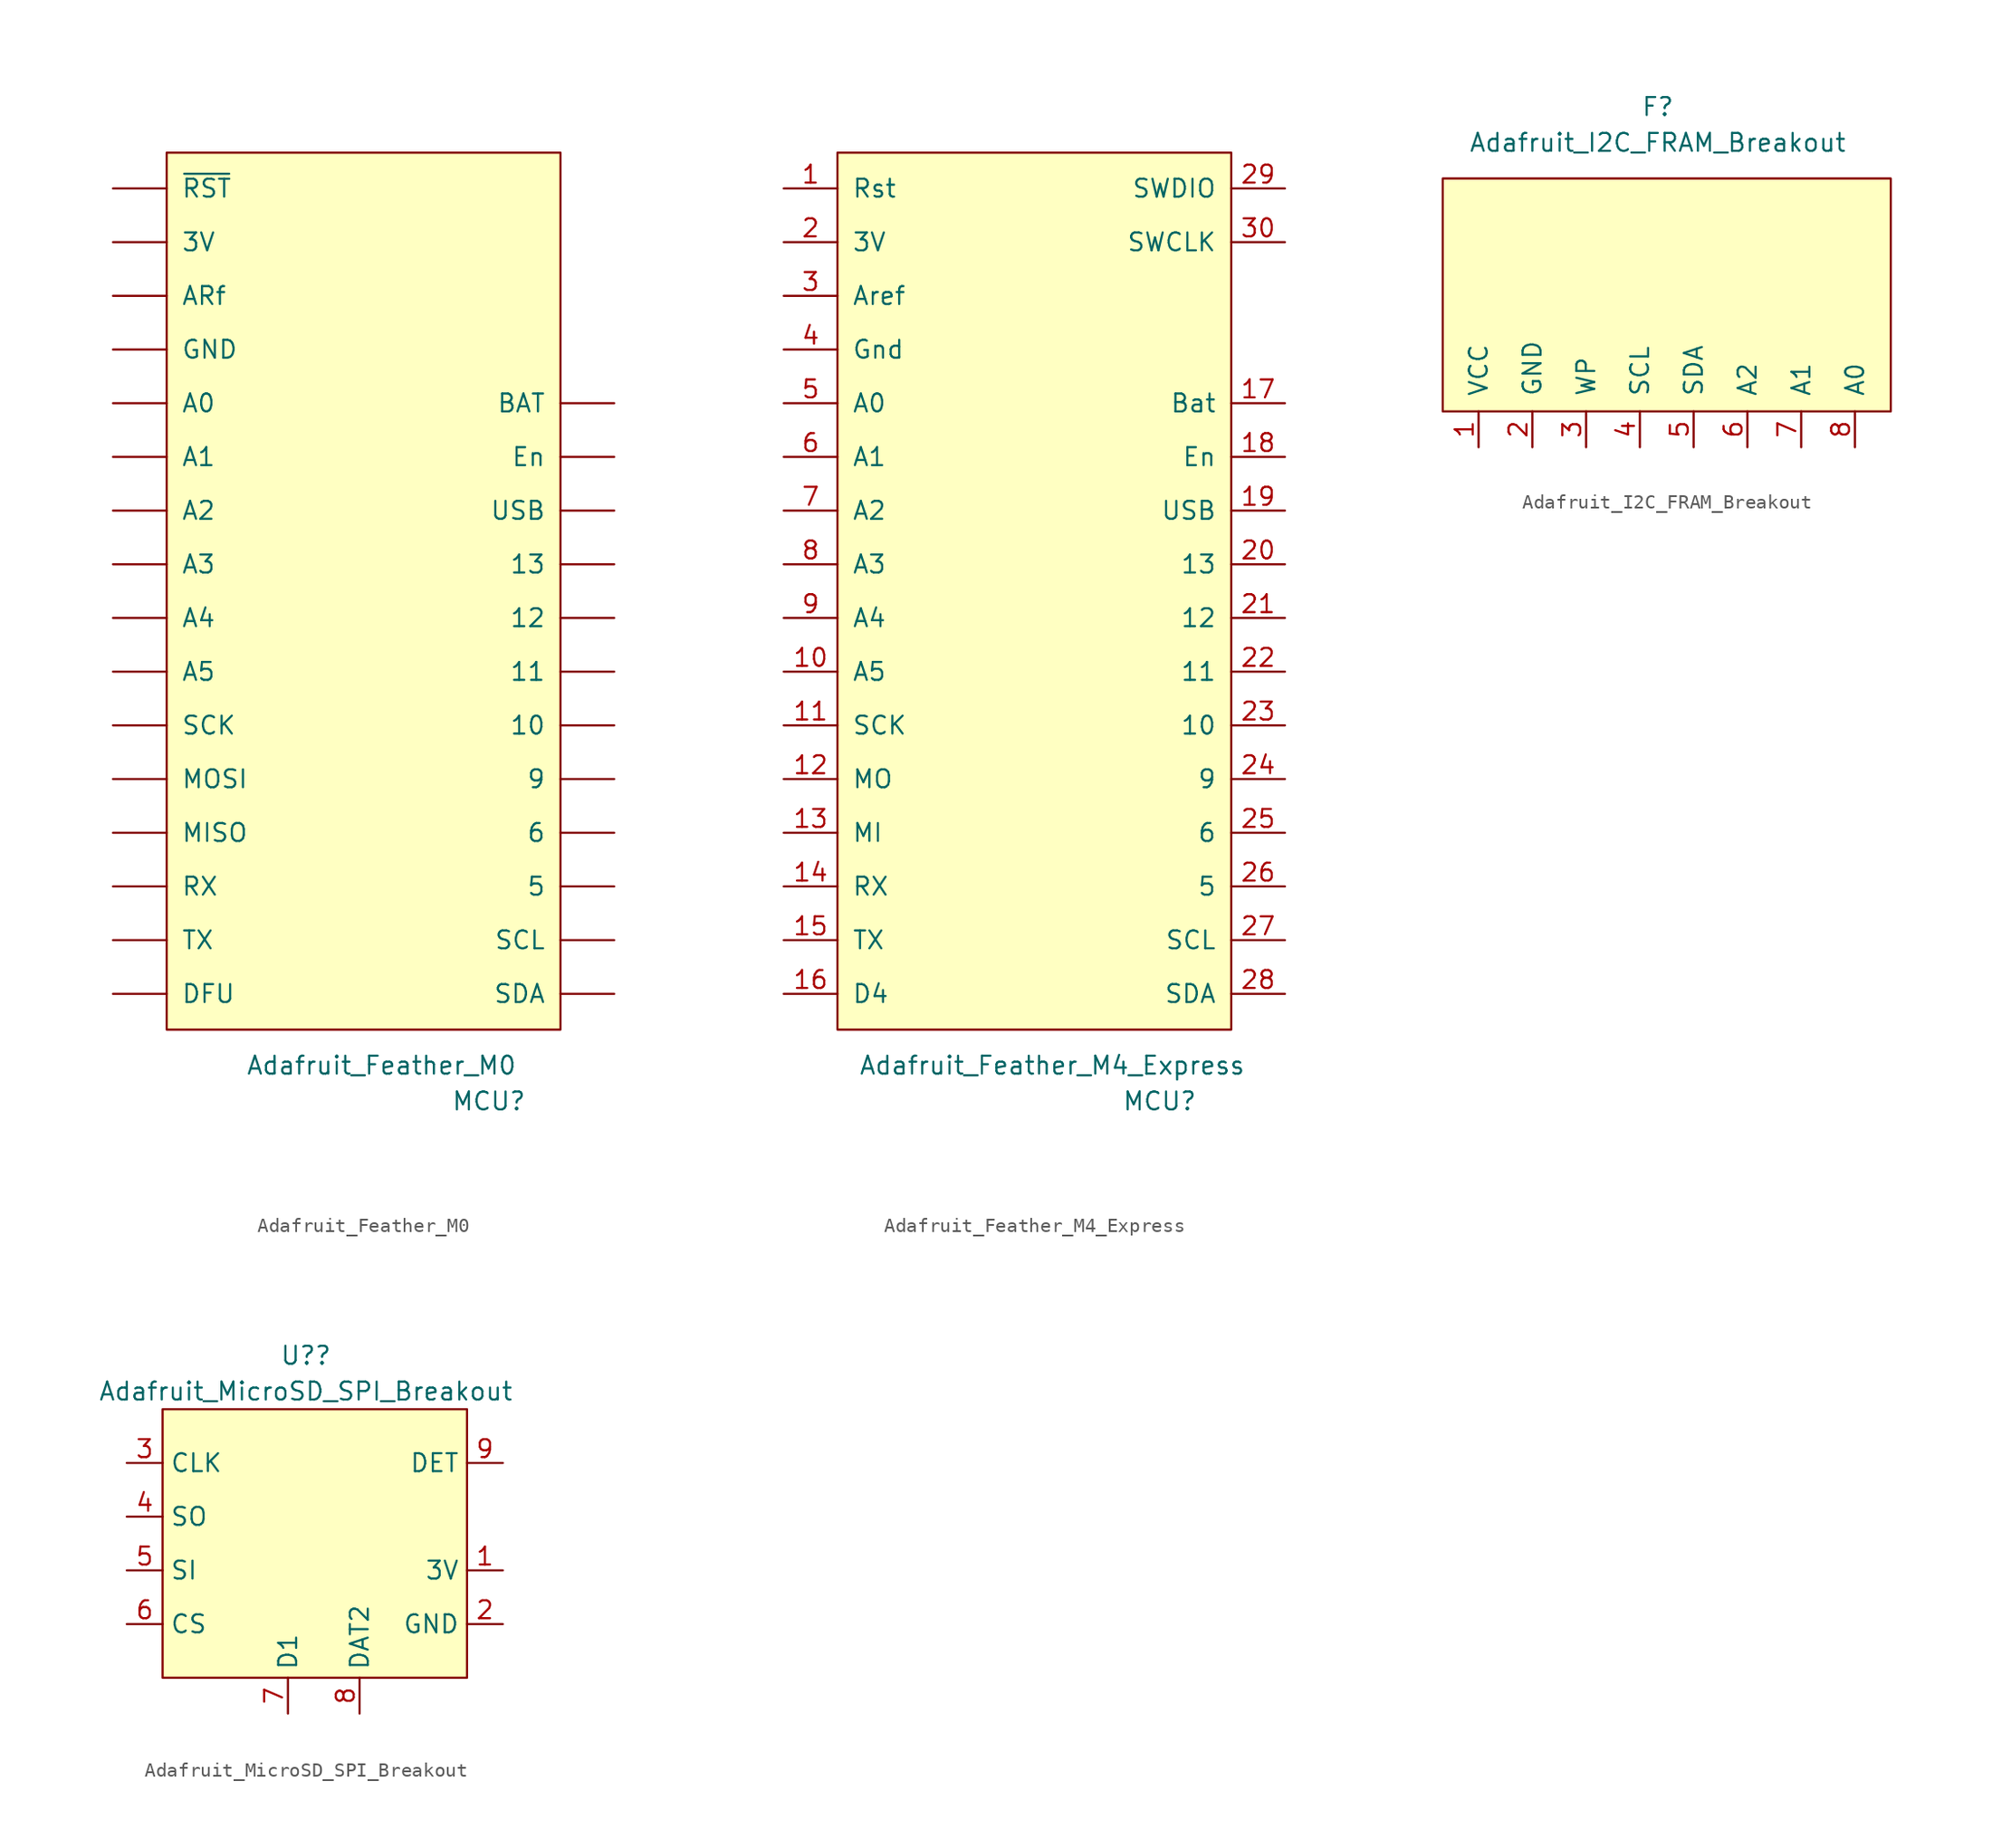
<source format=kicad_sym>
(kicad_symbol_lib
  (version 20231120)
  (generator "kicad_symbol_editor")
  (generator_version "8.0")
  (symbol "Adafruit_Feather_M0"
    (pin_names
      (offset 1.016))
    (property "Reference" "MCU"
      (at 8.89 -35.56 0)
      (effects (font (size 1.27 1.27))))
    (property "Value" "Adafruit_Feather_M0"
      (at 1.27 -33.02 0)
      (effects (font (size 1.27 1.27))))
    (symbol "Adafruit_Feather_M0_0_1"
      (rectangle (start 13.97 -30.48) (end -13.97 31.75) (stroke (width 0) (type default)) (fill (type background))))
    (symbol "Adafruit_Feather_M0_1_1"
      (pin bidirectional line (at 17.78 -8.89 180) (length 3.81) (name "10" (effects (font (size 1.27 1.27)))) (number "~" (effects (font (size 1.27 1.27)))))
      (pin bidirectional line (at 17.78 -5.08 180) (length 3.81) (name "11" (effects (font (size 1.27 1.27)))) (number "~" (effects (font (size 1.27 1.27)))))
      (pin bidirectional line (at 17.78 -1.27 180) (length 3.81) (name "12" (effects (font (size 1.27 1.27)))) (number "~" (effects (font (size 1.27 1.27)))))
      (pin bidirectional line (at 17.78 2.54 180) (length 3.81) (name "13" (effects (font (size 1.27 1.27)))) (number "~" (effects (font (size 1.27 1.27)))))
      (pin power_out line (at -17.78 25.4 0) (length 3.81) (name "3V" (effects (font (size 1.27 1.27)))) (number "~" (effects (font (size 1.27 1.27)))))
      (pin bidirectional line (at 17.78 -20.32 180) (length 3.81) (name "5" (effects (font (size 1.27 1.27)))) (number "~" (effects (font (size 1.27 1.27)))))
      (pin bidirectional line (at 17.78 -16.51 180) (length 3.81) (name "6" (effects (font (size 1.27 1.27)))) (number "~" (effects (font (size 1.27 1.27)))))
      (pin bidirectional line (at 17.78 -12.7 180) (length 3.81) (name "9" (effects (font (size 1.27 1.27)))) (number "~" (effects (font (size 1.27 1.27)))))
      (pin bidirectional line (at -17.78 13.97 0) (length 3.81) (name "A0" (effects (font (size 1.27 1.27)))) (number "~" (effects (font (size 1.27 1.27)))))
      (pin bidirectional line (at -17.78 10.16 0) (length 3.81) (name "A1" (effects (font (size 1.27 1.27)))) (number "~" (effects (font (size 1.27 1.27)))))
      (pin bidirectional line (at -17.78 6.35 0) (length 3.81) (name "A2" (effects (font (size 1.27 1.27)))) (number "~" (effects (font (size 1.27 1.27)))))
      (pin bidirectional line (at -17.78 2.54 0) (length 3.81) (name "A3" (effects (font (size 1.27 1.27)))) (number "~" (effects (font (size 1.27 1.27)))))
      (pin bidirectional line (at -17.78 -1.27 0) (length 3.81) (name "A4" (effects (font (size 1.27 1.27)))) (number "~" (effects (font (size 1.27 1.27)))))
      (pin bidirectional line (at -17.78 -5.08 0) (length 3.81) (name "A5" (effects (font (size 1.27 1.27)))) (number "~" (effects (font (size 1.27 1.27)))))
      (pin power_in line (at -17.78 21.59 0) (length 3.81) (name "ARf" (effects (font (size 1.27 1.27)))) (number "~" (effects (font (size 1.27 1.27)))))
      (pin power_out line (at 17.78 13.97 180) (length 3.81) (name "BAT" (effects (font (size 1.27 1.27)))) (number "~" (effects (font (size 1.27 1.27)))))
      (pin input line (at -17.78 -27.94 0) (length 3.81) (name "DFU" (effects (font (size 1.27 1.27)))) (number "~" (effects (font (size 1.27 1.27)))))
      (pin power_in line (at 17.78 10.16 180) (length 3.81) (name "En" (effects (font (size 1.27 1.27)))) (number "~" (effects (font (size 1.27 1.27)))))
      (pin power_in line (at -17.78 17.78 0) (length 3.81) (name "GND" (effects (font (size 1.27 1.27)))) (number "~" (effects (font (size 1.27 1.27)))))
      (pin bidirectional line (at -17.78 -16.51 0) (length 3.81) (name "MISO" (effects (font (size 1.27 1.27)))) (number "~" (effects (font (size 1.27 1.27)))))
      (pin bidirectional line (at -17.78 -12.7 0) (length 3.81) (name "MOSI" (effects (font (size 1.27 1.27)))) (number "~" (effects (font (size 1.27 1.27)))))
      (pin input line (at -17.78 -20.32 0) (length 3.81) (name "RX" (effects (font (size 1.27 1.27)))) (number "~" (effects (font (size 1.27 1.27)))))
      (pin bidirectional line (at -17.78 -8.89 0) (length 3.81) (name "SCK" (effects (font (size 1.27 1.27)))) (number "~" (effects (font (size 1.27 1.27)))))
      (pin bidirectional line (at 17.78 -24.13 180) (length 3.81) (name "SCL" (effects (font (size 1.27 1.27)))) (number "~" (effects (font (size 1.27 1.27)))))
      (pin bidirectional line (at 17.78 -27.94 180) (length 3.81) (name "SDA" (effects (font (size 1.27 1.27)))) (number "~" (effects (font (size 1.27 1.27)))))
      (pin output line (at -17.78 -24.13 0) (length 3.81) (name "TX" (effects (font (size 1.27 1.27)))) (number "~" (effects (font (size 1.27 1.27)))))
      (pin power_in line (at 17.78 6.35 180) (length 3.81) (name "USB" (effects (font (size 1.27 1.27)))) (number "~" (effects (font (size 1.27 1.27)))))
      (pin power_in line (at -17.78 29.21 0) (length 3.81) (name "~{RST}" (effects (font (size 1.27 1.27)))) (number "~" (effects (font (size 1.27 1.27)))))))
  (symbol "Adafruit_Feather_M4_Express"
    (pin_names
      (offset 1.016))
    (property "Reference" "MCU"
      (at 8.89 -35.56 0)
      (effects (font (size 1.27 1.27))))
    (property "Value" "Adafruit_Feather_M4_Express"
      (at 1.27 -33.02 0)
      (effects (font (size 1.27 1.27))))
    (symbol "Adafruit_Feather_M4_Express_0_1"
      (rectangle (start 13.97 -30.48) (end -13.97 31.75) (stroke (width 0) (type default)) (fill (type background))))
    (symbol "Adafruit_Feather_M4_Express_1_1"
      (pin power_in line (at -17.78 29.21 0) (length 3.81) (name "Rst" (effects (font (size 1.27 1.27)))) (number "1" (effects (font (size 1.27 1.27)))))
      (pin bidirectional line (at -17.78 -5.08 0) (length 3.81) (name "A5" (effects (font (size 1.27 1.27)))) (number "10" (effects (font (size 1.27 1.27)))))
      (pin bidirectional line (at -17.78 -8.89 0) (length 3.81) (name "SCK" (effects (font (size 1.27 1.27)))) (number "11" (effects (font (size 1.27 1.27)))))
      (pin bidirectional line (at -17.78 -12.7 0) (length 3.81) (name "MO" (effects (font (size 1.27 1.27)))) (number "12" (effects (font (size 1.27 1.27)))))
      (pin bidirectional line (at -17.78 -16.51 0) (length 3.81) (name "MI" (effects (font (size 1.27 1.27)))) (number "13" (effects (font (size 1.27 1.27)))))
      (pin input line (at -17.78 -20.32 0) (length 3.81) (name "RX" (effects (font (size 1.27 1.27)))) (number "14" (effects (font (size 1.27 1.27)))))
      (pin output line (at -17.78 -24.13 0) (length 3.81) (name "TX" (effects (font (size 1.27 1.27)))) (number "15" (effects (font (size 1.27 1.27)))))
      (pin input line (at -17.78 -27.94 0) (length 3.81) (name "D4" (effects (font (size 1.27 1.27)))) (number "16" (effects (font (size 1.27 1.27)))))
      (pin power_out line (at 17.78 13.97 180) (length 3.81) (name "Bat" (effects (font (size 1.27 1.27)))) (number "17" (effects (font (size 1.27 1.27)))))
      (pin power_in line (at 17.78 10.16 180) (length 3.81) (name "En" (effects (font (size 1.27 1.27)))) (number "18" (effects (font (size 1.27 1.27)))))
      (pin power_in line (at 17.78 6.35 180) (length 3.81) (name "USB" (effects (font (size 1.27 1.27)))) (number "19" (effects (font (size 1.27 1.27)))))
      (pin power_out line (at -17.78 25.4 0) (length 3.81) (name "3V" (effects (font (size 1.27 1.27)))) (number "2" (effects (font (size 1.27 1.27)))))
      (pin bidirectional line (at 17.78 2.54 180) (length 3.81) (name "13" (effects (font (size 1.27 1.27)))) (number "20" (effects (font (size 1.27 1.27)))))
      (pin bidirectional line (at 17.78 -1.27 180) (length 3.81) (name "12" (effects (font (size 1.27 1.27)))) (number "21" (effects (font (size 1.27 1.27)))))
      (pin bidirectional line (at 17.78 -5.08 180) (length 3.81) (name "11" (effects (font (size 1.27 1.27)))) (number "22" (effects (font (size 1.27 1.27)))))
      (pin bidirectional line (at 17.78 -8.89 180) (length 3.81) (name "10" (effects (font (size 1.27 1.27)))) (number "23" (effects (font (size 1.27 1.27)))))
      (pin bidirectional line (at 17.78 -12.7 180) (length 3.81) (name "9" (effects (font (size 1.27 1.27)))) (number "24" (effects (font (size 1.27 1.27)))))
      (pin bidirectional line (at 17.78 -16.51 180) (length 3.81) (name "6" (effects (font (size 1.27 1.27)))) (number "25" (effects (font (size 1.27 1.27)))))
      (pin bidirectional line (at 17.78 -20.32 180) (length 3.81) (name "5" (effects (font (size 1.27 1.27)))) (number "26" (effects (font (size 1.27 1.27)))))
      (pin bidirectional line (at 17.78 -24.13 180) (length 3.81) (name "SCL" (effects (font (size 1.27 1.27)))) (number "27" (effects (font (size 1.27 1.27)))))
      (pin bidirectional line (at 17.78 -27.94 180) (length 3.81) (name "SDA" (effects (font (size 1.27 1.27)))) (number "28" (effects (font (size 1.27 1.27)))))
      (pin output line (at 17.78 29.21 180) (length 3.81) (name "SWDIO" (effects (font (size 1.27 1.27)))) (number "29" (effects (font (size 1.27 1.27)))))
      (pin power_out line (at -17.78 21.59 0) (length 3.81) (name "Aref" (effects (font (size 1.27 1.27)))) (number "3" (effects (font (size 1.27 1.27)))))
      (pin output line (at 17.78 25.4 180) (length 3.81) (name "SWCLK" (effects (font (size 1.27 1.27)))) (number "30" (effects (font (size 1.27 1.27)))))
      (pin power_in line (at -17.78 17.78 0) (length 3.81) (name "Gnd" (effects (font (size 1.27 1.27)))) (number "4" (effects (font (size 1.27 1.27)))))
      (pin bidirectional line (at -17.78 13.97 0) (length 3.81) (name "A0" (effects (font (size 1.27 1.27)))) (number "5" (effects (font (size 1.27 1.27)))))
      (pin bidirectional line (at -17.78 10.16 0) (length 3.81) (name "A1" (effects (font (size 1.27 1.27)))) (number "6" (effects (font (size 1.27 1.27)))))
      (pin bidirectional line (at -17.78 6.35 0) (length 3.81) (name "A2" (effects (font (size 1.27 1.27)))) (number "7" (effects (font (size 1.27 1.27)))))
      (pin bidirectional line (at -17.78 2.54 0) (length 3.81) (name "A3" (effects (font (size 1.27 1.27)))) (number "8" (effects (font (size 1.27 1.27)))))
      (pin bidirectional line (at -17.78 -1.27 0) (length 3.81) (name "A4" (effects (font (size 1.27 1.27)))) (number "9" (effects (font (size 1.27 1.27)))))))
  (symbol "Adafruit_I2C_FRAM_Breakout"
    (pin_names
      (offset 1.016))
    (property "Reference" "F"
      (at -3.81 11.43 0)
      (effects (font (size 1.27 1.27))))
    (property "Value" "Adafruit_I2C_FRAM_Breakout"
      (at -3.81 8.89 0)
      (effects (font (size 1.27 1.27))))
    (symbol "Adafruit_I2C_FRAM_Breakout_0_1"
      (rectangle (start -19.05 6.35) (end 12.7 -10.16) (stroke (width 0) (type default)) (fill (type background))))
    (symbol "Adafruit_I2C_FRAM_Breakout_1_1"
      (pin power_in line (at -16.51 -12.7 90) (length 2.54) (name "VCC" (effects (font (size 1.27 1.27)))) (number "1" (effects (font (size 1.27 1.27)))))
      (pin power_in line (at -12.7 -12.7 90) (length 2.54) (name "GND" (effects (font (size 1.27 1.27)))) (number "2" (effects (font (size 1.27 1.27)))))
      (pin input line (at -8.89 -12.7 90) (length 2.54) (name "WP" (effects (font (size 1.27 1.27)))) (number "3" (effects (font (size 1.27 1.27)))))
      (pin input line (at -5.08 -12.7 90) (length 2.54) (name "SCL" (effects (font (size 1.27 1.27)))) (number "4" (effects (font (size 1.27 1.27)))))
      (pin input line (at -1.27 -12.7 90) (length 2.54) (name "SDA" (effects (font (size 1.27 1.27)))) (number "5" (effects (font (size 1.27 1.27)))))
      (pin input line (at 2.54 -12.7 90) (length 2.54) (name "A2" (effects (font (size 1.27 1.27)))) (number "6" (effects (font (size 1.27 1.27)))))
      (pin input line (at 6.35 -12.7 90) (length 2.54) (name "A1" (effects (font (size 1.27 1.27)))) (number "7" (effects (font (size 1.27 1.27)))))
      (pin input line (at 10.16 -12.7 90) (length 2.54) (name "A0" (effects (font (size 1.27 1.27)))) (number "8" (effects (font (size 1.27 1.27)))))))
  (symbol "Adafruit_MicroSD_SPI_Breakout"
    (property "Reference" "U?"
      (at -1.27 10.16 0)
      (effects (font (size 1.27 1.27))))
    (property "Value" "Adafruit_MicroSD_SPI_Breakout"
      (at -1.27 7.62 0)
      (effects (font (size 1.27 1.27))))
    (symbol "Adafruit_MicroSD_SPI_Breakout_0_1"
      (rectangle (start -11.43 6.35) (end 10.16 -12.7) (stroke (width 0.152) (type default)) (fill (type background))))
    (symbol "Adafruit_MicroSD_SPI_Breakout_1_1"
      (pin power_in line (at 12.7 -5.08 180) (length 2.54) (name "3V" (effects (font (size 1.27 1.27)))) (number "1" (effects (font (size 1.27 1.27)))))
      (pin power_in line (at 12.7 -8.89 180) (length 2.54) (name "GND" (effects (font (size 1.27 1.27)))) (number "2" (effects (font (size 1.27 1.27)))))
      (pin input line (at -13.97 2.54 0) (length 2.54) (name "CLK" (effects (font (size 1.27 1.27)))) (number "3" (effects (font (size 1.27 1.27)))))
      (pin bidirectional line (at -13.97 -1.27 0) (length 2.54) (name "SO" (effects (font (size 1.27 1.27)))) (number "4" (effects (font (size 1.27 1.27)))))
      (pin bidirectional line (at -13.97 -5.08 0) (length 2.54) (name "SI" (effects (font (size 1.27 1.27)))) (number "5" (effects (font (size 1.27 1.27)))))
      (pin input line (at -13.97 -8.89 0) (length 2.54) (name "CS" (effects (font (size 1.27 1.27)))) (number "6" (effects (font (size 1.27 1.27)))))
      (pin unspecified line (at -2.54 -15.24 90) (length 2.54) (name "D1" (effects (font (size 1.27 1.27)))) (number "7" (effects (font (size 1.27 1.27)))))
      (pin unspecified line (at 2.54 -15.24 90) (length 2.54) (name "DAT2" (effects (font (size 1.27 1.27)))) (number "8" (effects (font (size 1.27 1.27)))))
      (pin output line (at 12.7 2.54 180) (length 2.54) (name "DET" (effects (font (size 1.27 1.27)))) (number "9" (effects (font (size 1.27 1.27))))))))
</source>
